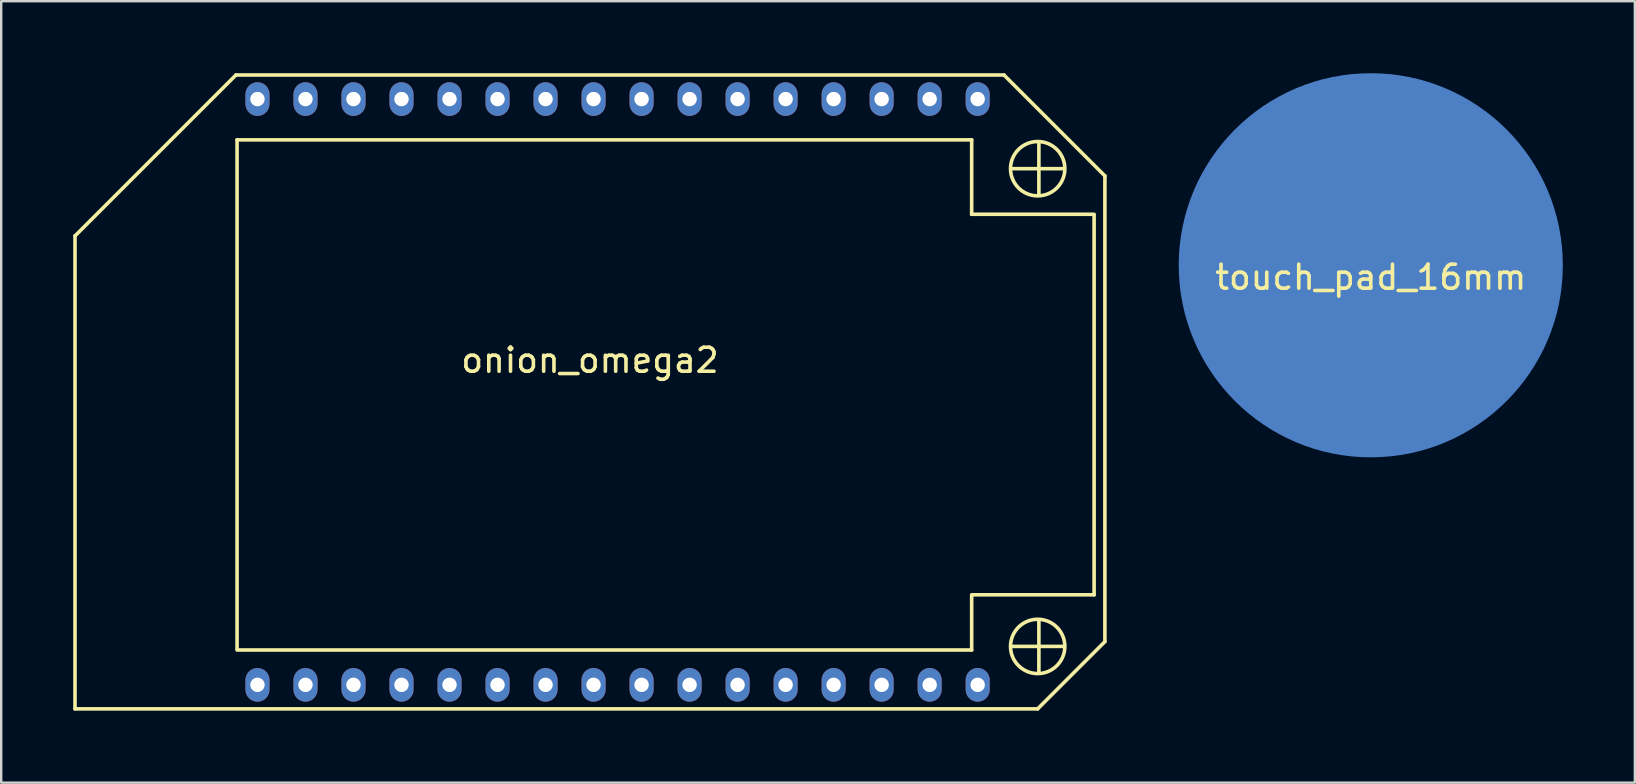
<source format=kicad_pcb>
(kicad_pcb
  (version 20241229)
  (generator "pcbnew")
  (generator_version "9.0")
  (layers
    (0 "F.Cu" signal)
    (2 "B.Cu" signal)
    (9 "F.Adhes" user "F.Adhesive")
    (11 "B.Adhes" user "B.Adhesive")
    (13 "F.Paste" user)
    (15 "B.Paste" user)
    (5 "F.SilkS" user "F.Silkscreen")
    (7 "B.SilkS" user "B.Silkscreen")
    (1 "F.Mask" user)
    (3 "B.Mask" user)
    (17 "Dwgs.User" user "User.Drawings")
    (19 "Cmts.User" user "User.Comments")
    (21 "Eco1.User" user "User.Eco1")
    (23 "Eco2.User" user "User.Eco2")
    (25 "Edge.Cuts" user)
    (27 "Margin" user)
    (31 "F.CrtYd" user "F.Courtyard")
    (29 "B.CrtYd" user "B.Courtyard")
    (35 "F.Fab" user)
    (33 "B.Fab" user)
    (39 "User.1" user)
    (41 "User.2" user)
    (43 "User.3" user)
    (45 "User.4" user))
  (footprint "onion_omega2"
    (layer "F.Cu")
    (at 21.525 13.276)
    (property "Reference" "onion_omega2" (at 0 -1.317 0) (layer "F.SilkS") (effects (font (size 1 1) (thickness 0.15))))
    (attr through_hole)
    (fp_line (start -21.45 13.201) (end -21.45 -6.503) (stroke (width 0.15) (type solid)) (layer "F.SilkS"))
    (fp_line (start -21.45 13.201) (end 18.65 13.201) (stroke (width 0.15) (type solid)) (layer "F.SilkS"))
    (fp_line (start -14.749 -13.2) (end -21.45 -6.499) (stroke (width 0.15) (type solid)) (layer "F.SilkS"))
    (fp_line (start -14.7 -10.5) (end -14.7 10.701) (stroke (width 0.15) (type solid)) (layer "F.SilkS"))
    (fp_line (start -14.7 -10.5) (end 15.9 -10.5) (stroke (width 0.15) (type solid)) (layer "F.SilkS"))
    (fp_line (start -14.7 10.75) (end 15.9 10.75) (stroke (width 0.15) (type solid)) (layer "F.SilkS"))
    (fp_line (start 15.896 -7.4) (end 21 -7.4) (stroke (width 0.15) (type solid)) (layer "F.SilkS"))
    (fp_line (start 15.9 8.45) (end 21 8.45) (stroke (width 0.15) (type solid)) (layer "F.SilkS"))
    (fp_line (start 15.9 -7.4) (end 15.9 -10.5) (stroke (width 0.15) (type solid)) (layer "F.SilkS"))
    (fp_line (start 15.9 10.75) (end 15.9 8.5) (stroke (width 0.15) (type solid)) (layer "F.SilkS"))
    (fp_line (start 17.25 -13.201) (end -14.75 -13.201) (stroke (width 0.15) (type solid)) (layer "F.SilkS"))
    (fp_line (start 17.6 -9.3) (end 19.7 -9.3) (stroke (width 0.15) (type solid)) (layer "F.SilkS"))
    (fp_line (start 17.6 10.6) (end 19.7 10.6) (stroke (width 0.15) (type solid)) (layer "F.SilkS"))
    (fp_line (start 18.65 13.201) (end 21.45 10.401) (stroke (width 0.15) (type solid)) (layer "F.SilkS"))
    (fp_line (start 18.7 -10.4) (end 18.7 -8.2) (stroke (width 0.15) (type solid)) (layer "F.SilkS"))
    (fp_line (start 18.7 9.5) (end 18.7 11.7) (stroke (width 0.15) (type solid)) (layer "F.SilkS"))
    (fp_line (start 21 -7.35) (end 21 8.45) (stroke (width 0.15) (type solid)) (layer "F.SilkS"))
    (fp_line (start 21.45 -8.998) (end 17.249 -13.199) (stroke (width 0.15) (type solid)) (layer "F.SilkS"))
    (fp_line (start 21.45 10.401) (end 21.45 -8.999) (stroke (width 0.15) (type solid)) (layer "F.SilkS"))
    (fp_circle (center 18.65 -9.299) (end 19.45 -8.499) (stroke (width 0.15) (type solid)) (fill no) (layer "F.SilkS"))
    (fp_circle (center 18.65 10.601) (end 19.45 11.401) (stroke (width 0.15) (type solid)) (fill no) (layer "F.SilkS"))
    (pad "1" thru_hole oval (at -13.85 -12.199) (size 1 1.4) (drill 0.6) (layers "*.Cu" "*.Mask"))
    (pad "2" thru_hole oval (at -11.85 -12.199) (size 1 1.4) (drill 0.6) (layers "*.Cu" "*.Mask"))
    (pad "3" thru_hole oval (at -9.85 -12.199) (size 1 1.4) (drill 0.6) (layers "*.Cu" "*.Mask"))
    (pad "4" thru_hole oval (at -7.85 -12.199) (size 1 1.4) (drill 0.6) (layers "*.Cu" "*.Mask"))
    (pad "5" thru_hole oval (at -5.85 -12.199) (size 1 1.4) (drill 0.6) (layers "*.Cu" "*.Mask"))
    (pad "6" thru_hole oval (at -3.85 -12.199) (size 1 1.4) (drill 0.6) (layers "*.Cu" "*.Mask"))
    (pad "7" thru_hole oval (at -1.85 -12.199) (size 1 1.4) (drill 0.6) (layers "*.Cu" "*.Mask"))
    (pad "8" thru_hole oval (at 0.15 -12.199) (size 1 1.4) (drill 0.6) (layers "*.Cu" "*.Mask"))
    (pad "9" thru_hole oval (at 2.15 -12.199) (size 1 1.4) (drill 0.6) (layers "*.Cu" "*.Mask"))
    (pad "10" thru_hole oval (at 4.15 -12.199) (size 1 1.4) (drill 0.6) (layers "*.Cu" "*.Mask"))
    (pad "11" thru_hole oval (at 6.15 -12.199) (size 1 1.4) (drill 0.6) (layers "*.Cu" "*.Mask"))
    (pad "12" thru_hole oval (at 8.15 -12.199) (size 1 1.4) (drill 0.6) (layers "*.Cu" "*.Mask"))
    (pad "13" thru_hole oval (at 10.15 -12.199) (size 1 1.4) (drill 0.6) (layers "*.Cu" "*.Mask"))
    (pad "14" thru_hole oval (at 12.15 -12.199) (size 1 1.4) (drill 0.6) (layers "*.Cu" "*.Mask"))
    (pad "15" thru_hole oval (at 14.15 -12.199) (size 1 1.4) (drill 0.6) (layers "*.Cu" "*.Mask"))
    (pad "16" thru_hole oval (at 16.15 -12.199) (size 1 1.4) (drill 0.6) (layers "*.Cu" "*.Mask"))
    (pad "17" thru_hole oval (at 16.15 12.201) (size 1 1.4) (drill 0.6) (layers "*.Cu" "*.Mask"))
    (pad "18" thru_hole oval (at 14.15 12.201) (size 1 1.4) (drill 0.6) (layers "*.Cu" "*.Mask"))
    (pad "19" thru_hole oval (at 12.15 12.201) (size 1 1.4) (drill 0.6) (layers "*.Cu" "*.Mask"))
    (pad "20" thru_hole oval (at 10.15 12.201) (size 1 1.4) (drill 0.6) (layers "*.Cu" "*.Mask"))
    (pad "21" thru_hole oval (at 8.15 12.201) (size 1 1.4) (drill 0.6) (layers "*.Cu" "*.Mask"))
    (pad "22" thru_hole oval (at 6.15 12.201) (size 1 1.4) (drill 0.6) (layers "*.Cu" "*.Mask"))
    (pad "23" thru_hole oval (at 4.15 12.201) (size 1 1.4) (drill 0.6) (layers "*.Cu" "*.Mask"))
    (pad "24" thru_hole oval (at 2.15 12.201) (size 1 1.4) (drill 0.6) (layers "*.Cu" "*.Mask"))
    (pad "25" thru_hole oval (at 0.15 12.201) (size 1 1.4) (drill 0.6) (layers "*.Cu" "*.Mask"))
    (pad "26" thru_hole oval (at -1.85 12.201) (size 1 1.4) (drill 0.6) (layers "*.Cu" "*.Mask"))
    (pad "27" thru_hole oval (at -3.85 12.201) (size 1 1.4) (drill 0.6) (layers "*.Cu" "*.Mask"))
    (pad "28" thru_hole oval (at -5.85 12.201) (size 1 1.4) (drill 0.6) (layers "*.Cu" "*.Mask"))
    (pad "29" thru_hole oval (at -7.85 12.201) (size 1 1.4) (drill 0.6) (layers "*.Cu" "*.Mask"))
    (pad "30" thru_hole oval (at -9.85 12.201) (size 1 1.4) (drill 0.6) (layers "*.Cu" "*.Mask"))
    (pad "31" thru_hole oval (at -11.85 12.201) (size 1 1.4) (drill 0.6) (layers "*.Cu" "*.Mask"))
    (pad "32" thru_hole oval (at -13.85 12.201) (size 1 1.4) (drill 0.6) (layers "*.Cu" "*.Mask")))
  (footprint "touch_pad_16mm"
    (layer "F.Cu")
    (at 54.05 8)
    (property "Reference" "touch_pad_16mm" (at 0 0.5 0) (layer "F.SilkS") (effects (font (size 1 1) (thickness 0.15))))
    (attr through_hole)
    (pad "1" smd circle (at 0 0) (size 16 16) (layers "B.Cu" "B.Paste")))
  (gr_rect
    (start -3 -3)
    (end 65.05 29.551)
    (stroke (width 0.1) (type default))
    (fill no)
    (layer "Edge.Cuts")))
</source>
